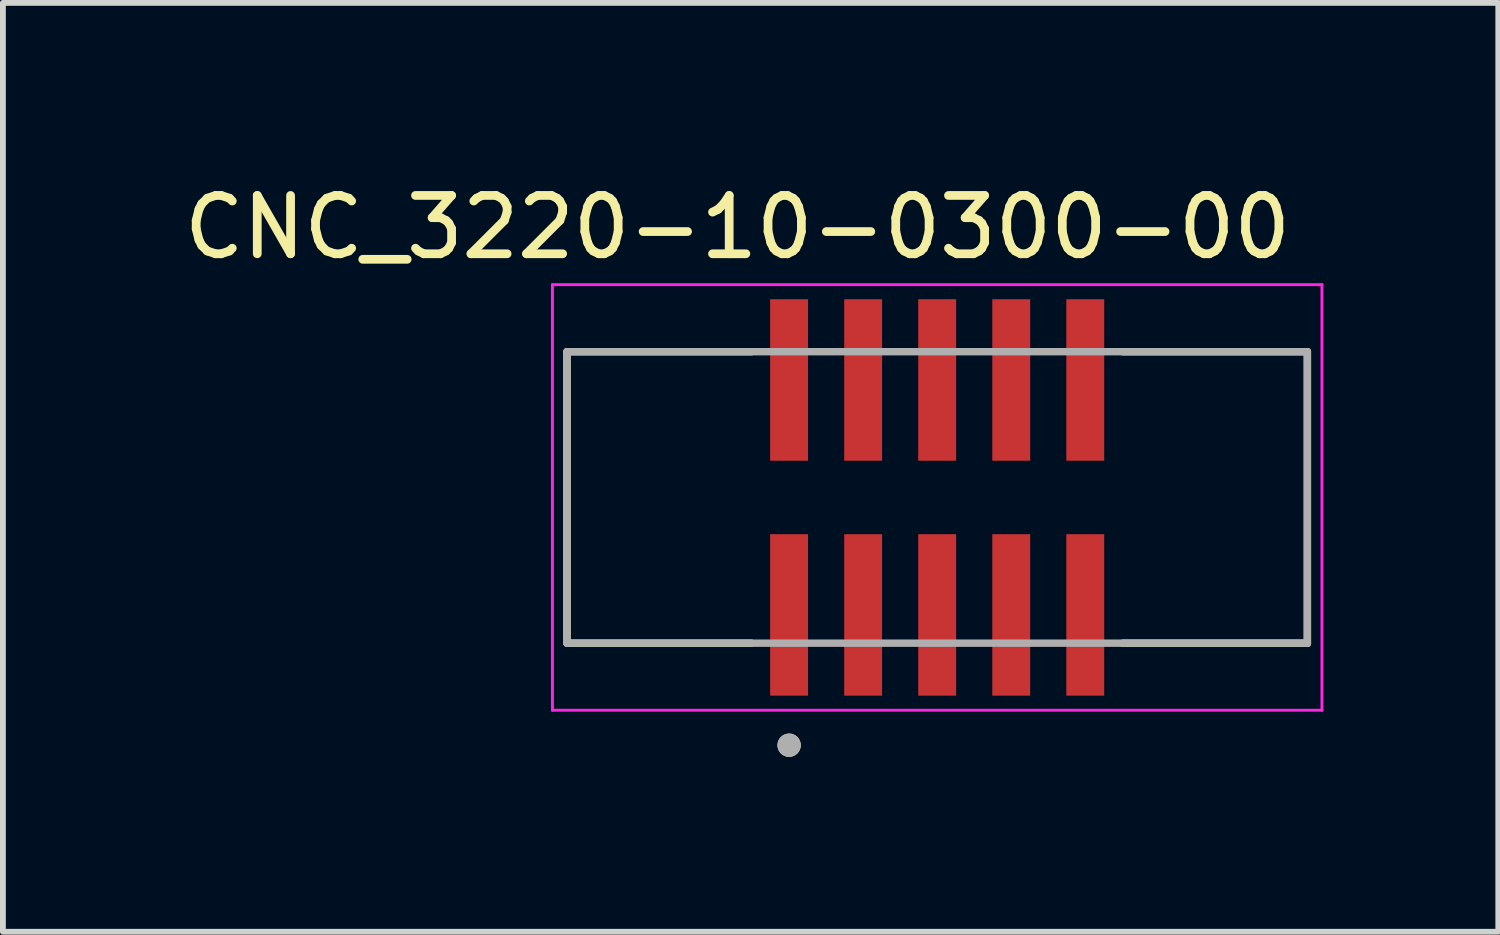
<source format=kicad_pcb>
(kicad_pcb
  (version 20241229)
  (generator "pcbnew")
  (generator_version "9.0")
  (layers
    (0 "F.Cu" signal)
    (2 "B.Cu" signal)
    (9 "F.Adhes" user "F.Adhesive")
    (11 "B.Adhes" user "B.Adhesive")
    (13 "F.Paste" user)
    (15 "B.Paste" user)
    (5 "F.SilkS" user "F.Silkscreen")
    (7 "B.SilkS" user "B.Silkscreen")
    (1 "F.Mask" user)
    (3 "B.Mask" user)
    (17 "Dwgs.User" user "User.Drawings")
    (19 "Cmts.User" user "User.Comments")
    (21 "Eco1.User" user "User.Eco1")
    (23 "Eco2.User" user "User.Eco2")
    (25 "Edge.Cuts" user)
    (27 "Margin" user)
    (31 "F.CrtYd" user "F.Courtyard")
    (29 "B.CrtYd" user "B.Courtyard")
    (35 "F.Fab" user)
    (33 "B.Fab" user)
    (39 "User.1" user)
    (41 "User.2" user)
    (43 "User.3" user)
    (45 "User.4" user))
  (footprint "CNC_3220-10-0300-00"
    (layer "F.Cu")
    (at 13.026 5.483)
    (property "Reference" "CNC_3220-10-0300-00" (at -3.425 -4.635 0) (layer "F.SilkS") (effects (font (size 1 1) (thickness 0.15))))
    (attr smd)
    (fp_line (start -6.35 -2.5) (end -3.185 -2.5) (stroke (width 0.127) (type solid)) (layer "F.SilkS"))
    (fp_line (start -6.35 2.5) (end -6.35 -2.5) (stroke (width 0.127) (type solid)) (layer "F.SilkS"))
    (fp_line (start -3.185 2.5) (end -6.35 2.5) (stroke (width 0.127) (type solid)) (layer "F.SilkS"))
    (fp_line (start 3.185 -2.5) (end 6.35 -2.5) (stroke (width 0.127) (type solid)) (layer "F.SilkS"))
    (fp_line (start 6.35 -2.5) (end 6.35 2.5) (stroke (width 0.127) (type solid)) (layer "F.SilkS"))
    (fp_line (start 6.35 2.5) (end 3.185 2.5) (stroke (width 0.127) (type solid)) (layer "F.SilkS"))
    (fp_circle (center -2.54 4.25) (end -2.44 4.25) (stroke (width 0.2) (type solid)) (fill no) (layer "F.SilkS"))
    (fp_line (start -6.6 -3.65) (end -6.6 3.65) (stroke (width 0.05) (type solid)) (layer "F.CrtYd"))
    (fp_line (start -6.6 3.65) (end 6.6 3.65) (stroke (width 0.05) (type solid)) (layer "F.CrtYd"))
    (fp_line (start 6.6 -3.65) (end -6.6 -3.65) (stroke (width 0.05) (type solid)) (layer "F.CrtYd"))
    (fp_line (start 6.6 3.65) (end 6.6 -3.65) (stroke (width 0.05) (type solid)) (layer "F.CrtYd"))
    (fp_line (start -6.35 -2.5) (end 6.35 -2.5) (stroke (width 0.127) (type solid)) (layer "F.Fab"))
    (fp_line (start -6.35 2.5) (end -6.35 -2.5) (stroke (width 0.127) (type solid)) (layer "F.Fab"))
    (fp_line (start 6.35 -2.5) (end 6.35 2.5) (stroke (width 0.127) (type solid)) (layer "F.Fab"))
    (fp_line (start 6.35 2.5) (end -6.35 2.5) (stroke (width 0.127) (type solid)) (layer "F.Fab"))
    (fp_circle (center -2.54 4.25) (end -2.44 4.25) (stroke (width 0.2) (type solid)) (fill no) (layer "F.Fab"))
    (pad "1" smd rect (at -2.54 2.015) (size 0.65 2.77) (layers "F.Cu" "F.Mask" "F.Paste"))
    (pad "2" smd rect (at -2.54 -2.015) (size 0.65 2.77) (layers "F.Cu" "F.Mask" "F.Paste"))
    (pad "3" smd rect (at -1.27 2.015) (size 0.65 2.77) (layers "F.Cu" "F.Mask" "F.Paste"))
    (pad "4" smd rect (at -1.27 -2.015) (size 0.65 2.77) (layers "F.Cu" "F.Mask" "F.Paste"))
    (pad "5" smd rect (at 0 2.015) (size 0.65 2.77) (layers "F.Cu" "F.Mask" "F.Paste"))
    (pad "6" smd rect (at 0 -2.015) (size 0.65 2.77) (layers "F.Cu" "F.Mask" "F.Paste"))
    (pad "7" smd rect (at 1.27 2.015) (size 0.65 2.77) (layers "F.Cu" "F.Mask" "F.Paste"))
    (pad "8" smd rect (at 1.27 -2.015) (size 0.65 2.77) (layers "F.Cu" "F.Mask" "F.Paste"))
    (pad "9" smd rect (at 2.54 2.015) (size 0.65 2.77) (layers "F.Cu" "F.Mask" "F.Paste"))
    (pad "10" smd rect (at 2.54 -2.015) (size 0.65 2.77) (layers "F.Cu" "F.Mask" "F.Paste")))
  (gr_rect
    (start -3 -3)
    (end 22.651 12.933)
    (stroke (width 0.1) (type default))
    (fill no)
    (layer "Edge.Cuts")))
</source>
